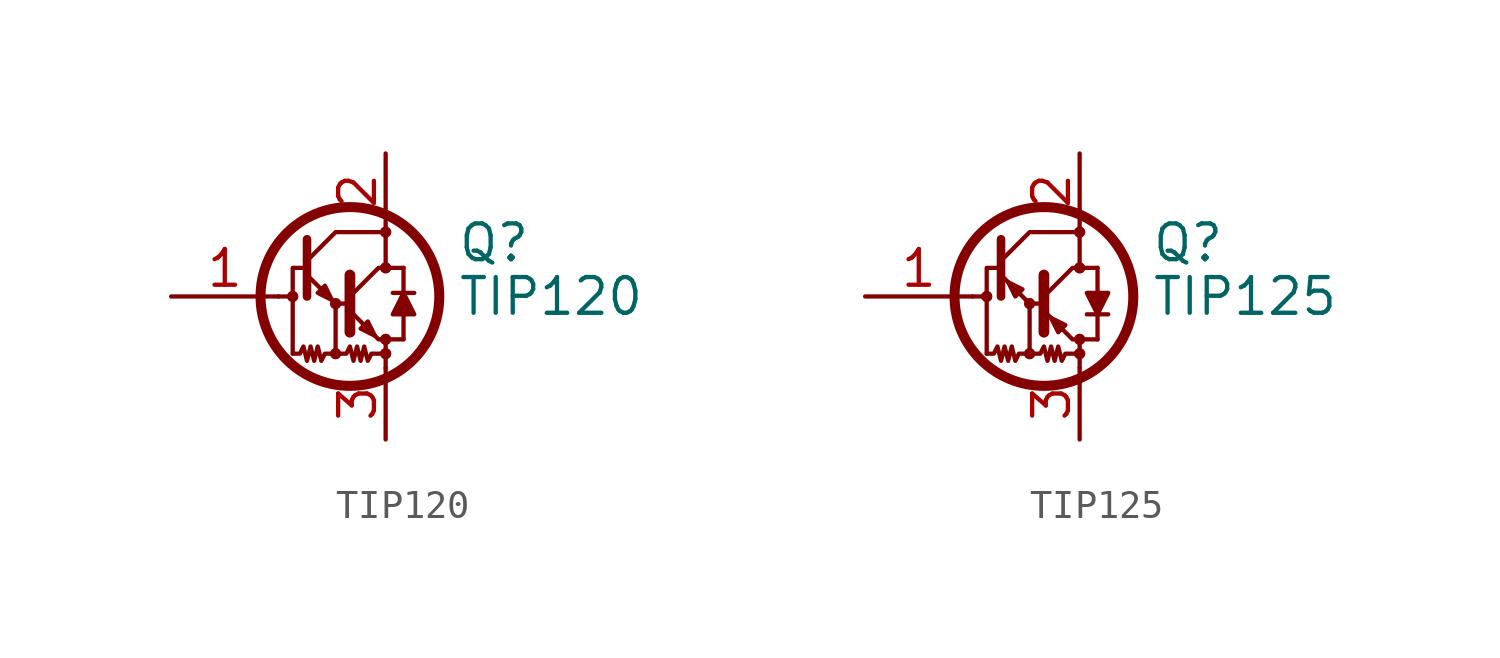
<source format=kicad_sym>
(kicad_symbol_lib
  (version 20201005)
  (generator kicad_symbol_editor)
  (symbol "TIP120"
    (pin_names
      (offset 0) hide)
    (property "Reference" "Q"
      (at 5.08 1.905 0)
      (effects (font (size 1.27 1.27)) (justify left)))
    (property "Value" "TIP120"
      (at 5.08 0 0)
      (effects (font (size 1.27 1.27)) (justify left)))
    (symbol "TIP120_0_1"
      (circle (center -0.762 0) (radius 0.127) (stroke (width 0)) (fill (type none)))
      (circle (center 0.762 -2.032) (radius 0.127) (stroke (width 0)) (fill (type none)))
      (circle (center 0.762 -0.254) (radius 0.127) (stroke (width 0)) (fill (type none)))
      (circle (center 1.27 0) (radius 3.175) (stroke (width 0.356)) (fill (type none)))
      (circle (center 2.54 -2.032) (radius 0.127) (stroke (width 0)) (fill (type none)))
      (circle (center 2.54 -1.524) (radius 0.127) (stroke (width 0)) (fill (type none)))
      (circle (center 2.54 1.016) (radius 0.127) (stroke (width 0)) (fill (type none)))
      (circle (center 2.54 2.286) (radius 0.127) (stroke (width 0)) (fill (type none)))
      (polyline (pts (xy -1.27 0) (xy -0.889 0)) (stroke (width 0)) (fill (type none)))
      (polyline (pts (xy 2.54 -2.032) (xy 2.54 -2.54)) (stroke (width 0)) (fill (type none)))
      (polyline (pts (xy 2.54 -1.524) (xy 3.175 -1.524)) (stroke (width 0)) (fill (type none)))
      (polyline (pts (xy 2.794 0.127) (xy 3.556 0.127)) (stroke (width 0)) (fill (type none)))
      (polyline (pts (xy 3.175 -0.635) (xy 3.175 -1.524)) (stroke (width 0)) (fill (type none)))
      (polyline (pts (xy 3.175 1.016) (xy 2.54 1.016)) (stroke (width 0)) (fill (type none)))
      (polyline (pts (xy 3.175 1.016) (xy 3.175 0.127)) (stroke (width 0)) (fill (type none)))
      (polyline (pts (xy -0.254 0.762) (xy 0.762 -0.254) (xy 1.27 -0.254)) (stroke (width 0)) (fill (type none)))
      (polyline (pts (xy -0.254 1.016) (xy -0.762 1.016) (xy -0.762 -2.032)) (stroke (width 0)) (fill (type none)))
      (polyline (pts (xy -0.254 1.27) (xy 0.762 2.286) (xy 2.54 2.286)) (stroke (width 0)) (fill (type none)))
      (polyline (pts (xy -0.254 2.032) (xy -0.254 0) (xy -0.254 0)) (stroke (width 0.305)) (fill (type none)))
      (polyline (pts (xy 1.27 0.762) (xy 1.27 -1.27) (xy 1.27 -1.27)) (stroke (width 0.381)) (fill (type none)))
      (polyline (pts (xy 0.635 -0.127) (xy 0.381 0.381) (xy 0.127 0.127) (xy 0.635 -0.127)) (stroke (width 0)) (fill (type none)))
      (polyline (pts (xy 1.27 -0.508) (xy 2.286 -1.524) (xy 2.54 -1.524) (xy 2.54 -2.032)) (stroke (width 0)) (fill (type none)))
      (polyline (pts (xy 1.27 0) (xy 2.286 1.016) (xy 2.54 1.016) (xy 2.54 2.286)) (stroke (width 0)) (fill (type none)))
      (polyline (pts (xy 2.159 -1.397) (xy 1.905 -0.889) (xy 1.651 -1.143) (xy 2.159 -1.397)) (stroke (width 0)) (fill (type none)))
      (polyline (pts (xy 3.175 0.127) (xy 2.794 -0.635) (xy 3.556 -0.635) (xy 3.175 0.127)) (stroke (width 0)) (fill (type outline)))
      (polyline (pts (xy 0.762 -2.032) (xy 0.381 -2.032) (xy 0.254 -2.286) (xy 0.127 -1.778) (xy 0 -2.286) (xy -0.127 -1.778) (xy -0.254 -2.286) (xy -0.381 -1.778) (xy -0.508 -2.032) (xy -0.762 -2.032)) (stroke (width 0)) (fill (type none)))
      (polyline (pts (xy 0.762 -0.254) (xy 0.762 -2.032) (xy 1.143 -2.032) (xy 1.27 -1.778) (xy 1.397 -2.286) (xy 1.524 -1.778) (xy 1.651 -2.286) (xy 1.778 -1.778) (xy 1.905 -2.286) (xy 2.032 -2.032) (xy 2.54 -2.032)) (stroke (width 0)) (fill (type none))))
    (symbol "TIP120_1_1"
      (pin input line (at -5.08 0 0) (length 3.81) (name "B" (effects (font (size 1.27 1.27)))) (number "1" (effects (font (size 1.27 1.27)))))
      (pin passive line (at 2.54 5.08 270) (length 2.667) (name "C" (effects (font (size 1.27 1.27)))) (number "2" (effects (font (size 1.27 1.27)))))
      (pin passive line (at 2.54 -5.08 90) (length 2.54) (name "E" (effects (font (size 1.27 1.27)))) (number "3" (effects (font (size 1.27 1.27)))))))
  (symbol "TIP125"
    (pin_names
      (offset 0) hide)
    (property "Reference" "Q"
      (at 5.08 1.905 0)
      (effects (font (size 1.27 1.27)) (justify left)))
    (property "Value" "TIP125"
      (at 5.08 0 0)
      (effects (font (size 1.27 1.27)) (justify left)))
    (symbol "TIP125_0_1"
      (circle (center -0.762 0) (radius 0.127) (stroke (width 0)) (fill (type none)))
      (circle (center 0.762 -2.032) (radius 0.127) (stroke (width 0)) (fill (type none)))
      (circle (center 0.762 -0.254) (radius 0.127) (stroke (width 0)) (fill (type none)))
      (circle (center 1.27 0) (radius 3.175) (stroke (width 0.356)) (fill (type none)))
      (circle (center 2.54 -2.032) (radius 0.127) (stroke (width 0)) (fill (type none)))
      (circle (center 2.54 -1.524) (radius 0.127) (stroke (width 0)) (fill (type none)))
      (circle (center 2.54 1.016) (radius 0.127) (stroke (width 0)) (fill (type none)))
      (circle (center 2.54 2.286) (radius 0.127) (stroke (width 0)) (fill (type none)))
      (polyline (pts (xy -1.27 0) (xy -0.889 0)) (stroke (width 0)) (fill (type none)))
      (polyline (pts (xy 2.54 -2.032) (xy 2.54 -2.54)) (stroke (width 0)) (fill (type none)))
      (polyline (pts (xy 2.54 -1.524) (xy 3.175 -1.524)) (stroke (width 0)) (fill (type none)))
      (polyline (pts (xy 2.794 -0.635) (xy 3.556 -0.635)) (stroke (width 0)) (fill (type none)))
      (polyline (pts (xy 3.175 -1.524) (xy 3.175 -0.635)) (stroke (width 0)) (fill (type none)))
      (polyline (pts (xy 3.175 0.127) (xy 3.175 1.016)) (stroke (width 0)) (fill (type none)))
      (polyline (pts (xy 3.175 1.016) (xy 2.54 1.016)) (stroke (width 0)) (fill (type none)))
      (polyline (pts (xy -0.254 0.762) (xy 0.762 -0.254) (xy 1.27 -0.254)) (stroke (width 0)) (fill (type none)))
      (polyline (pts (xy -0.254 1.016) (xy -0.762 1.016) (xy -0.762 -2.032)) (stroke (width 0)) (fill (type none)))
      (polyline (pts (xy -0.254 1.27) (xy 0.762 2.286) (xy 2.54 2.286)) (stroke (width 0)) (fill (type none)))
      (polyline (pts (xy -0.254 2.032) (xy -0.254 0) (xy -0.254 0)) (stroke (width 0.305)) (fill (type none)))
      (polyline (pts (xy 1.27 0.762) (xy 1.27 -1.27) (xy 1.27 -1.27)) (stroke (width 0.381)) (fill (type none)))
      (polyline (pts (xy 0 0.508) (xy 0.254 0) (xy 0.508 0.254) (xy 0 0.508)) (stroke (width 0)) (fill (type none)))
      (polyline (pts (xy 1.27 -0.508) (xy 2.286 -1.524) (xy 2.54 -1.524) (xy 2.54 -2.032)) (stroke (width 0)) (fill (type none)))
      (polyline (pts (xy 1.27 0) (xy 2.286 1.016) (xy 2.54 1.016) (xy 2.54 2.286)) (stroke (width 0)) (fill (type none)))
      (polyline (pts (xy 1.524 -0.762) (xy 1.778 -1.27) (xy 2.032 -1.016) (xy 1.524 -0.762)) (stroke (width 0)) (fill (type none)))
      (polyline (pts (xy 3.175 -0.635) (xy 2.794 0.127) (xy 3.556 0.127) (xy 3.175 -0.635)) (stroke (width 0)) (fill (type outline)))
      (polyline (pts (xy 0.762 -2.032) (xy 0.381 -2.032) (xy 0.254 -2.286) (xy 0.127 -1.778) (xy 0 -2.286) (xy -0.127 -1.778) (xy -0.254 -2.286) (xy -0.381 -1.778) (xy -0.508 -2.032) (xy -0.762 -2.032)) (stroke (width 0)) (fill (type none)))
      (polyline (pts (xy 0.762 -0.254) (xy 0.762 -2.032) (xy 1.143 -2.032) (xy 1.27 -1.778) (xy 1.397 -2.286) (xy 1.524 -1.778) (xy 1.651 -2.286) (xy 1.778 -1.778) (xy 1.905 -2.286) (xy 2.032 -2.032) (xy 2.54 -2.032)) (stroke (width 0)) (fill (type none))))
    (symbol "TIP125_1_1"
      (pin input line (at -5.08 0 0) (length 3.81) (name "B" (effects (font (size 1.27 1.27)))) (number "1" (effects (font (size 1.27 1.27)))))
      (pin passive line (at 2.54 5.08 270) (length 2.667) (name "C" (effects (font (size 1.27 1.27)))) (number "2" (effects (font (size 1.27 1.27)))))
      (pin passive line (at 2.54 -5.08 90) (length 2.54) (name "E" (effects (font (size 1.27 1.27)))) (number "3" (effects (font (size 1.27 1.27))))))))
</source>
